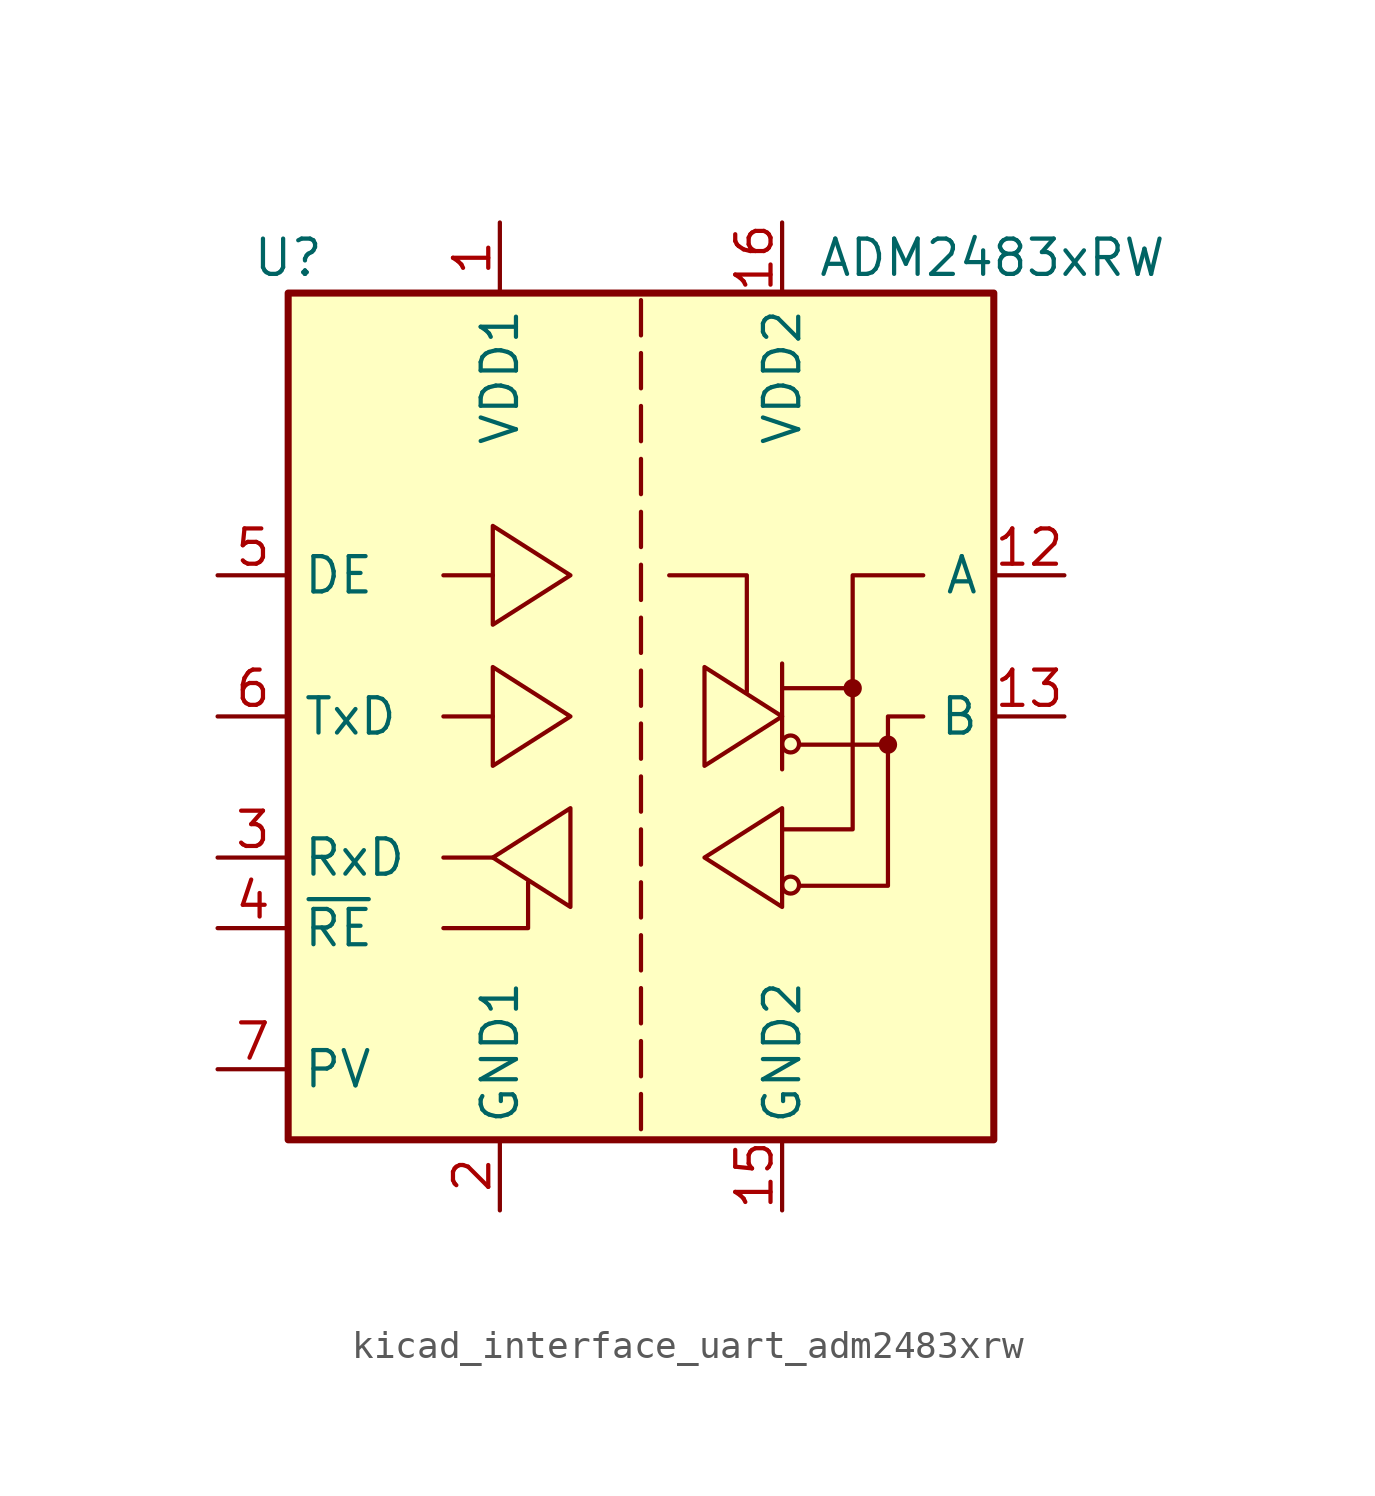
<source format=kicad_sym>
(kicad_symbol_lib
  (version 20220914)
  (generator kicad_symbol_editor)
  (symbol "kicad_interface_uart_adm2483xrw"
    (property "Reference" "U"
      (at -12.7 16.51 0)
      (effects (font (size 1.27 1.27))))
    (property "Value" "ADM2483xRW"
      (at 6.35 16.51 0)
      (effects (font (size 1.27 1.27)) (justify left)))
    (symbol "kicad_interface_uart_adm2483xrw_0_0"
      (polyline (pts (xy 0 -13.589) (xy 0 -14.859)) (stroke (width 0) (type default)) (fill (type none)))
      (polyline (pts (xy 0 -11.684) (xy 0 -12.954)) (stroke (width 0) (type default)) (fill (type none)))
      (polyline (pts (xy 0 -9.779) (xy 0 -11.049)) (stroke (width 0) (type default)) (fill (type none)))
      (polyline (pts (xy 0 -7.874) (xy 0 -9.144)) (stroke (width 0) (type default)) (fill (type none)))
      (polyline (pts (xy 0 -5.969) (xy 0 -7.239)) (stroke (width 0) (type default)) (fill (type none)))
      (polyline (pts (xy 0 -4.064) (xy 0 -5.334)) (stroke (width 0) (type default)) (fill (type none)))
      (polyline (pts (xy 0 -2.159) (xy 0 -3.429)) (stroke (width 0) (type default)) (fill (type none)))
      (polyline (pts (xy 0 -0.254) (xy 0 -1.524)) (stroke (width 0) (type default)) (fill (type none)))
      (polyline (pts (xy 0 1.651) (xy 0 0.381)) (stroke (width 0) (type default)) (fill (type none)))
      (polyline (pts (xy 0 3.556) (xy 0 2.286)) (stroke (width 0) (type default)) (fill (type none)))
      (polyline (pts (xy 0 5.461) (xy 0 4.191)) (stroke (width 0) (type default)) (fill (type none)))
      (polyline (pts (xy 0 7.366) (xy 0 6.096)) (stroke (width 0) (type default)) (fill (type none)))
      (polyline (pts (xy 0 9.271) (xy 0 8.001)) (stroke (width 0) (type default)) (fill (type none)))
      (polyline (pts (xy 0 11.176) (xy 0 9.906)) (stroke (width 0) (type default)) (fill (type none)))
      (polyline (pts (xy 0 13.081) (xy 0 11.811)) (stroke (width 0) (type default)) (fill (type none)))
      (polyline (pts (xy 0 14.986) (xy 0 13.716)) (stroke (width 0) (type default)) (fill (type none))))
    (symbol "kicad_interface_uart_adm2483xrw_0_1"
      (rectangle (start -12.7 15.24) (end 12.7 -15.24) (stroke (width 0.254) (type default)) (fill (type background)))
      (polyline (pts (xy -5.334 -5.08) (xy -7.112 -5.08)) (stroke (width 0) (type default)) (fill (type none)))
      (polyline (pts (xy -5.334 0) (xy -7.112 0)) (stroke (width 0) (type default)) (fill (type none)))
      (polyline (pts (xy -5.334 5.08) (xy -7.112 5.08)) (stroke (width 0) (type default)) (fill (type none)))
      (polyline (pts (xy 5.08 1.016) (xy 7.62 1.016)) (stroke (width 0) (type default)) (fill (type none)))
      (polyline (pts (xy 5.08 1.905) (xy 5.08 -1.905)) (stroke (width 0) (type default)) (fill (type none)))
      (polyline (pts (xy 5.715 -1.016) (xy 8.89 -1.016)) (stroke (width 0) (type default)) (fill (type none)))
      (polyline (pts (xy -7.112 -7.62) (xy -4.064 -7.62) (xy -4.064 -5.969)) (stroke (width 0) (type default)) (fill (type none)))
      (polyline (pts (xy 1.016 5.08) (xy 3.81 5.08) (xy 3.81 0.889)) (stroke (width 0) (type default)) (fill (type none)))
      (polyline (pts (xy -5.334 -5.08) (xy -2.54 -3.302) (xy -2.54 -6.858) (xy -5.334 -5.08)) (stroke (width 0) (type default)) (fill (type none)))
      (polyline (pts (xy -2.54 0) (xy -5.334 1.778) (xy -5.334 -1.778) (xy -2.54 0)) (stroke (width 0) (type default)) (fill (type none)))
      (polyline (pts (xy -2.54 5.08) (xy -5.334 6.858) (xy -5.334 3.302) (xy -2.54 5.08)) (stroke (width 0) (type default)) (fill (type none)))
      (polyline (pts (xy 2.286 -5.08) (xy 5.08 -3.302) (xy 5.08 -6.858) (xy 2.286 -5.08)) (stroke (width 0) (type default)) (fill (type none)))
      (polyline (pts (xy 5.08 -4.064) (xy 7.62 -4.064) (xy 7.62 5.08) (xy 10.16 5.08)) (stroke (width 0) (type default)) (fill (type none)))
      (polyline (pts (xy 5.08 0) (xy 2.286 1.778) (xy 2.286 -1.778) (xy 5.08 0)) (stroke (width 0) (type default)) (fill (type none)))
      (polyline (pts (xy 5.715 -6.096) (xy 8.89 -6.096) (xy 8.89 0) (xy 10.16 0)) (stroke (width 0) (type default)) (fill (type none)))
      (circle (center 5.385 -6.071) (radius 0.305) (stroke (width 0) (type default)) (fill (type none)))
      (circle (center 5.385 -0.991) (radius 0.305) (stroke (width 0) (type default)) (fill (type none)))
      (circle (center 7.62 1.016) (radius 0.254) (stroke (width 0) (type default)) (fill (type outline)))
      (circle (center 8.89 -1.016) (radius 0.254) (stroke (width 0) (type default)) (fill (type outline))))
    (symbol "kicad_interface_uart_adm2483xrw_1_1"
      (pin power_in line (at -5.08 17.78 270) (length 2.54) (name "VDD1" (effects (font (size 1.27 1.27)))) (number "1" (effects (font (size 1.27 1.27)))))
      (pin no_connect line (at 7.62 -15.24 90) (length 2.54) hide (name "NC" (effects (font (size 1.27 1.27)))) (number "10" (effects (font (size 1.27 1.27)))))
      (pin no_connect line (at 12.7 -7.62 180) (length 2.54) hide (name "NC" (effects (font (size 1.27 1.27)))) (number "11" (effects (font (size 1.27 1.27)))))
      (pin bidirectional line (at 15.24 5.08 180) (length 2.54) (name "A" (effects (font (size 1.27 1.27)))) (number "12" (effects (font (size 1.27 1.27)))))
      (pin bidirectional line (at 15.24 0 180) (length 2.54) (name "B" (effects (font (size 1.27 1.27)))) (number "13" (effects (font (size 1.27 1.27)))))
      (pin no_connect line (at 12.7 7.62 180) (length 2.54) hide (name "NC" (effects (font (size 1.27 1.27)))) (number "14" (effects (font (size 1.27 1.27)))))
      (pin power_in line (at 5.08 -17.78 90) (length 2.54) (name "GND2" (effects (font (size 1.27 1.27)))) (number "15" (effects (font (size 1.27 1.27)))))
      (pin power_in line (at 5.08 17.78 270) (length 2.54) (name "VDD2" (effects (font (size 1.27 1.27)))) (number "16" (effects (font (size 1.27 1.27)))))
      (pin power_in line (at -5.08 -17.78 90) (length 2.54) (name "GND1" (effects (font (size 1.27 1.27)))) (number "2" (effects (font (size 1.27 1.27)))))
      (pin output line (at -15.24 -5.08 0) (length 2.54) (name "RxD" (effects (font (size 1.27 1.27)))) (number "3" (effects (font (size 1.27 1.27)))))
      (pin input line (at -15.24 -7.62 0) (length 2.54) (name "~{RE}" (effects (font (size 1.27 1.27)))) (number "4" (effects (font (size 1.27 1.27)))))
      (pin input line (at -15.24 5.08 0) (length 2.54) (name "DE" (effects (font (size 1.27 1.27)))) (number "5" (effects (font (size 1.27 1.27)))))
      (pin input line (at -15.24 0 0) (length 2.54) (name "TxD" (effects (font (size 1.27 1.27)))) (number "6" (effects (font (size 1.27 1.27)))))
      (pin input line (at -15.24 -12.7 0) (length 2.54) (name "PV" (effects (font (size 1.27 1.27)))) (number "7" (effects (font (size 1.27 1.27)))))
      (pin passive line (at -5.08 -17.78 90) (length 2.54) hide (name "GND1" (effects (font (size 1.27 1.27)))) (number "8" (effects (font (size 1.27 1.27)))))
      (pin passive line (at 5.08 -17.78 90) (length 2.54) hide (name "GND2" (effects (font (size 1.27 1.27)))) (number "9" (effects (font (size 1.27 1.27))))))))
</source>
